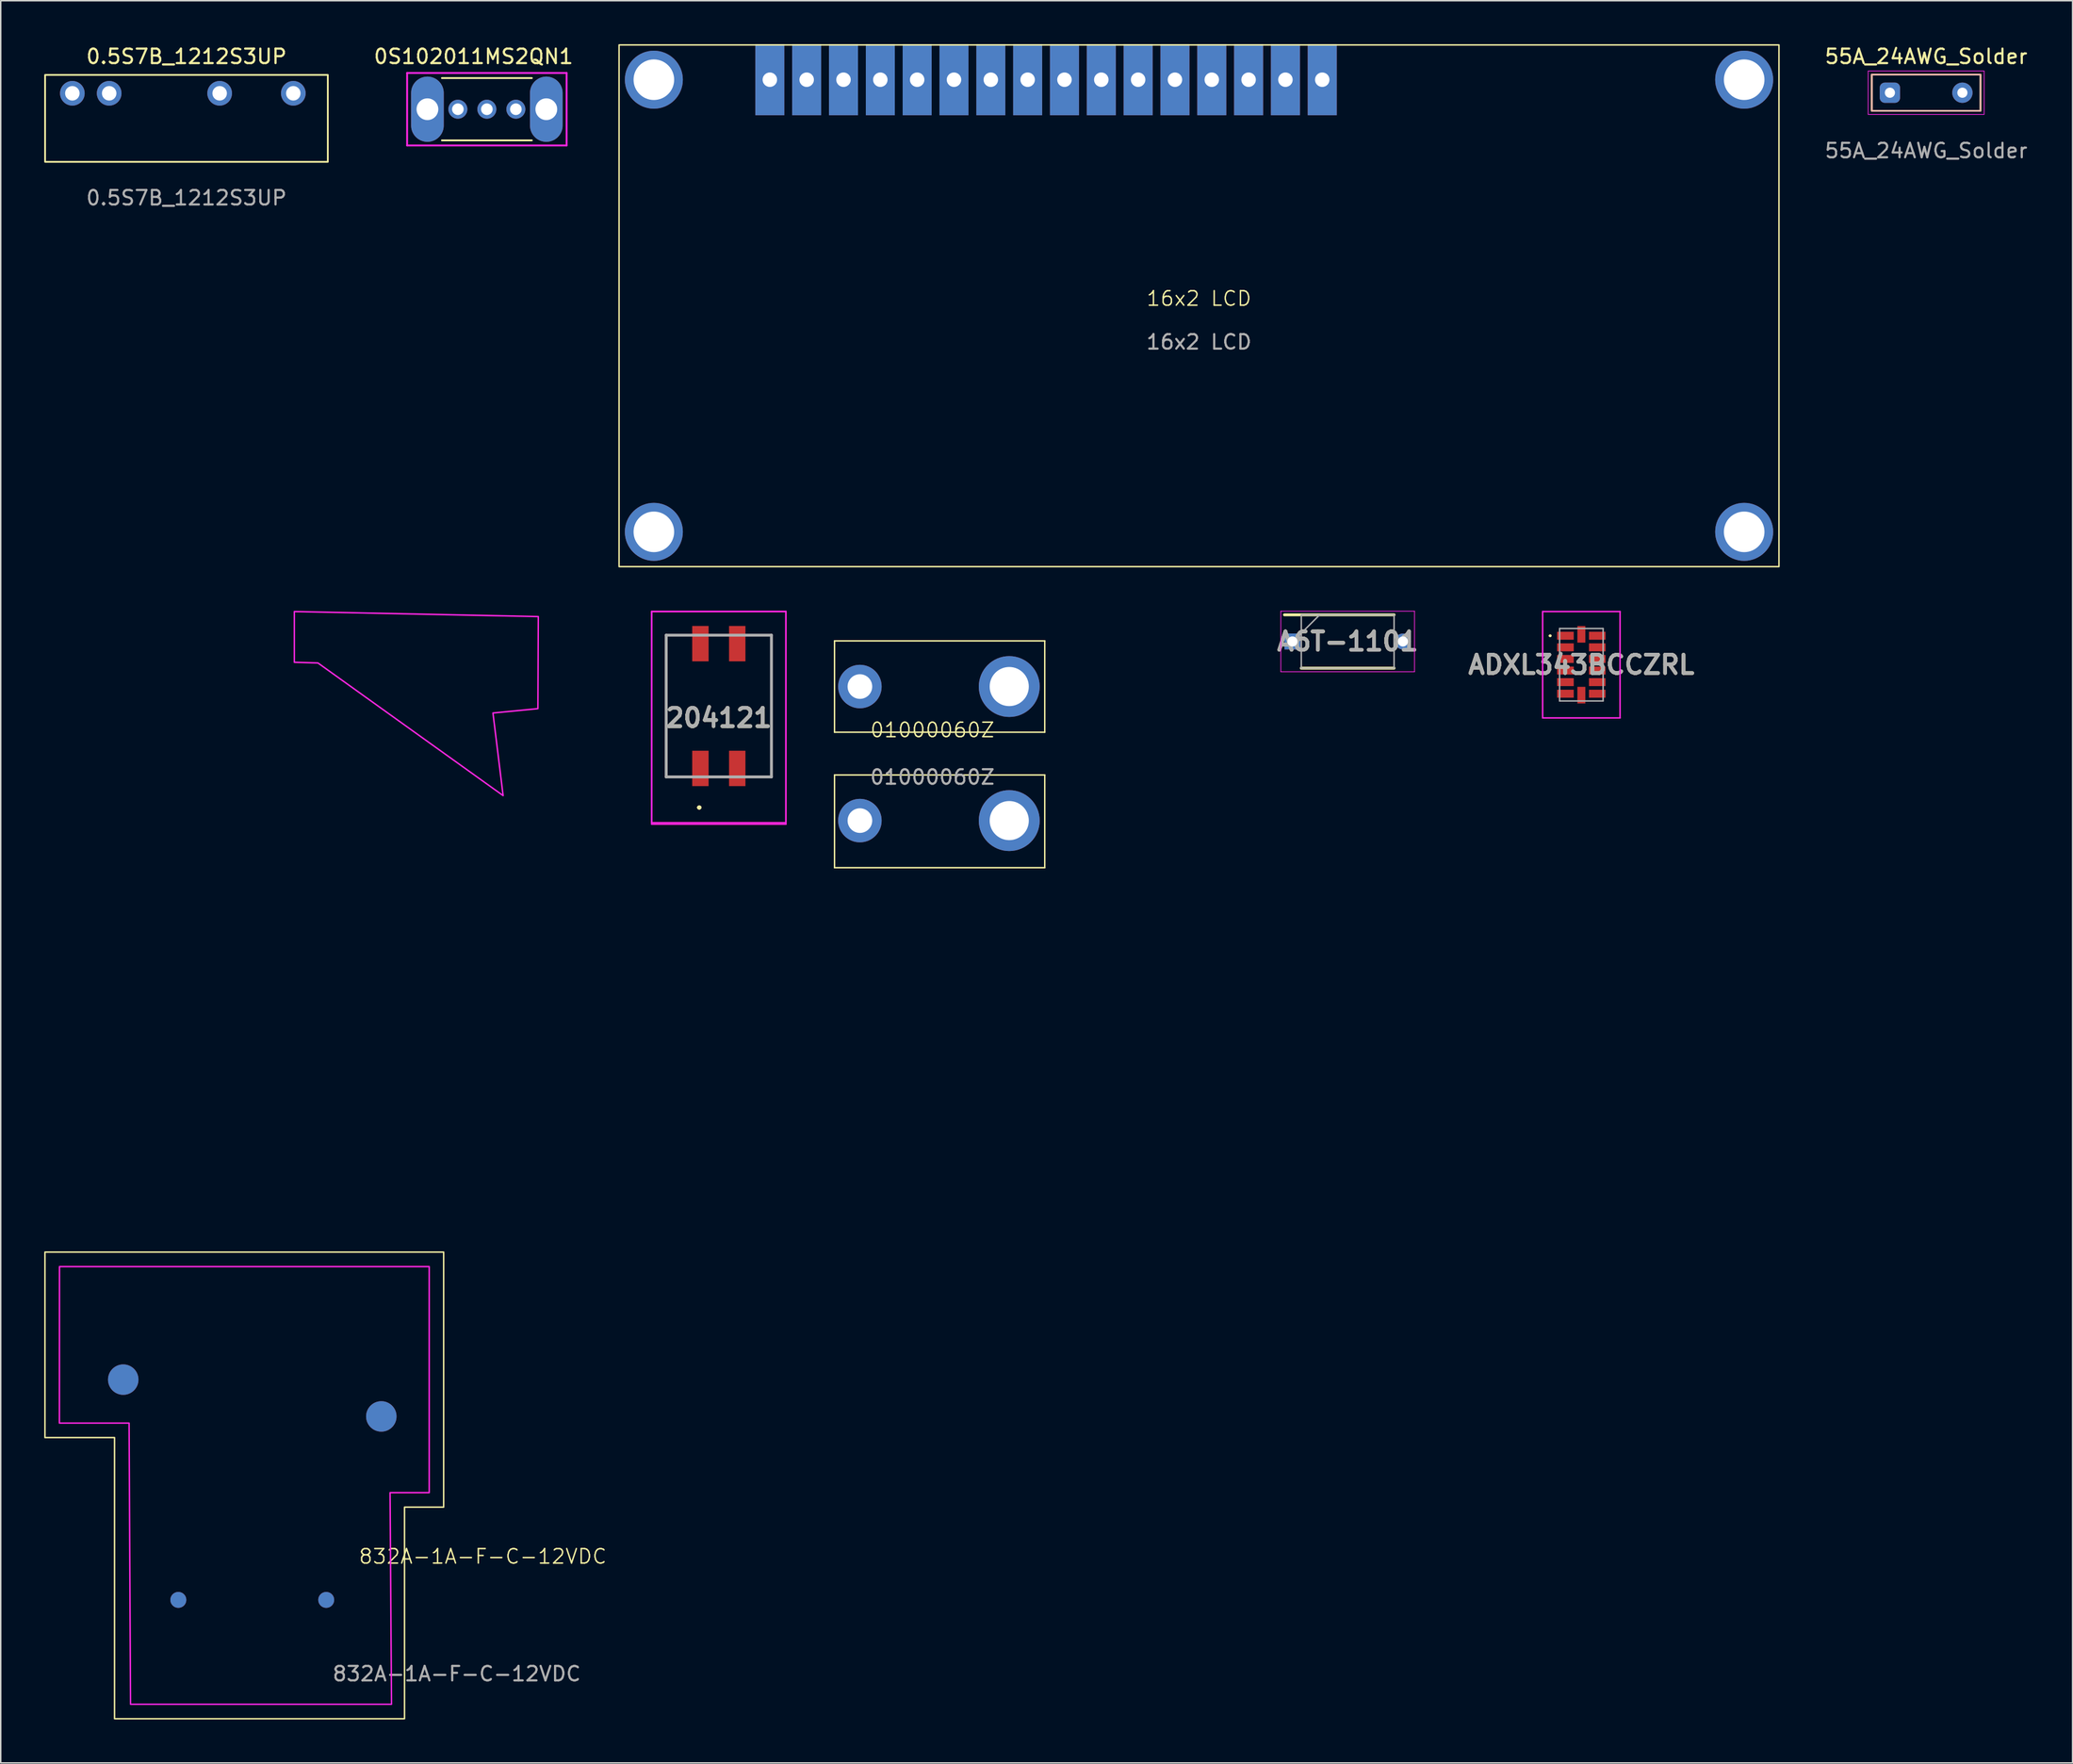
<source format=kicad_pcb>
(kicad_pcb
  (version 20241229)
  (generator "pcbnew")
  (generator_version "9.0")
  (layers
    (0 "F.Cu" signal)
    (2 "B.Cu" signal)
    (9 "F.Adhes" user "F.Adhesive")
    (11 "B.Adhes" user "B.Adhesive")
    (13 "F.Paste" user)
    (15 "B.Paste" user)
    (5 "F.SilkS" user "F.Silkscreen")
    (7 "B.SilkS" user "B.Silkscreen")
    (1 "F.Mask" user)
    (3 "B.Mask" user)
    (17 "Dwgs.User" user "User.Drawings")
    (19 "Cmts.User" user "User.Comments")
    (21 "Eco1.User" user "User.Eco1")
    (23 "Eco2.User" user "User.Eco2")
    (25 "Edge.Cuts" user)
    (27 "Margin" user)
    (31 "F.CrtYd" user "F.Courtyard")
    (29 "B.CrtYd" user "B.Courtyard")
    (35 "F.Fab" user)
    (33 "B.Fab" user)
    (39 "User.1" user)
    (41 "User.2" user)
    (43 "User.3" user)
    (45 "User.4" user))
  (footprint "16x2 LCD"
    (layer "F.Cu")
    (at 79.647 18.05)
    (property "Reference" "16x2 LCD" (at 0 -0.5 0) (unlocked yes) (layer "F.SilkS") (effects (font (size 1 1) (thickness 0.1))))
    (attr through_hole)
    (fp_rect (start -40 -18) (end 40 18) (stroke (width 0.1) (type default)) (fill no) (layer "F.SilkS"))
    (fp_text user "${REFERENCE}" (at 0 2.5 0) (unlocked yes) (layer "F.Fab") (effects (font (size 1 1) (thickness 0.15))))
    (pad "" thru_hole circle (at -37.6 -15.6) (size 4 4) (drill 2.8) (layers "*.Cu" "*.Mask"))
    (pad "" thru_hole circle (at -37.6 15.6) (size 4 4) (drill 2.8) (layers "*.Cu" "*.Mask"))
    (pad "" thru_hole circle (at 37.6 -15.6) (size 4 4) (drill 2.8) (layers "*.Cu" "*.Mask"))
    (pad "" thru_hole circle (at 37.6 15.6) (size 4 4) (drill 2.8) (layers "*.Cu" "*.Mask"))
    (pad "1" thru_hole rect (at -29.6 -15.6) (size 2 4.9) (drill 1) (layers "*.Cu" "*.Mask"))
    (pad "2" thru_hole rect (at -27.06 -15.6) (size 2 4.9) (drill 1) (layers "*.Cu" "*.Mask"))
    (pad "3" thru_hole rect (at -24.52 -15.6) (size 2 4.9) (drill 1) (layers "*.Cu" "*.Mask"))
    (pad "4" thru_hole rect (at -21.98 -15.6) (size 2 4.9) (drill 1) (layers "*.Cu" "*.Mask"))
    (pad "5" thru_hole rect (at -19.44 -15.6) (size 2 4.9) (drill 1) (layers "*.Cu" "*.Mask"))
    (pad "6" thru_hole rect (at -16.9 -15.6) (size 2 4.9) (drill 1) (layers "*.Cu" "*.Mask"))
    (pad "7" thru_hole rect (at -14.36 -15.6) (size 2 4.9) (drill 1) (layers "*.Cu" "*.Mask"))
    (pad "8" thru_hole rect (at -11.82 -15.6) (size 2 4.9) (drill 1) (layers "*.Cu" "*.Mask"))
    (pad "9" thru_hole rect (at -9.28 -15.6) (size 2 4.9) (drill 1) (layers "*.Cu" "*.Mask"))
    (pad "10" thru_hole rect (at -6.74 -15.6) (size 2 4.9) (drill 1) (layers "*.Cu" "*.Mask"))
    (pad "11" thru_hole rect (at -4.2 -15.6) (size 2 4.9) (drill 1) (layers "*.Cu" "*.Mask"))
    (pad "12" thru_hole rect (at -1.66 -15.6) (size 2 4.9) (drill 1) (layers "*.Cu" "*.Mask"))
    (pad "13" thru_hole rect (at 0.88 -15.6) (size 2 4.9) (drill 1) (layers "*.Cu" "*.Mask"))
    (pad "14" thru_hole rect (at 3.42 -15.6) (size 2 4.9) (drill 1) (layers "*.Cu" "*.Mask"))
    (pad "15" thru_hole rect (at 5.96 -15.6) (size 2 4.9) (drill 1) (layers "*.Cu" "*.Mask"))
    (pad "16" thru_hole rect (at 8.5 -15.6) (size 2 4.9) (drill 1) (layers "*.Cu" "*.Mask")))
  (footprint "0S102011MS2QN1"
    (layer "F.Cu")
    (at 26.43 4.487)
    (property "Reference" "0S102011MS2QN1" (at 3.178 -3.638 0) (layer "F.SilkS") (effects (font (size 1.001 1.001) (thickness 0.15))))
    (attr through_hole)
    (fp_line (start 1 -2.15) (end 7.2 -2.15) (stroke (width 0.127) (type solid)) (layer "F.SilkS"))
    (fp_line (start 1 2.15) (end 7.2 2.15) (stroke (width 0.127) (type solid)) (layer "F.SilkS"))
    (fp_line (start -1.4 -2.5) (end 9.6 -2.5) (stroke (width 0.127) (type solid)) (layer "F.CrtYd"))
    (fp_line (start -1.4 2.5) (end -1.4 -2.5) (stroke (width 0.127) (type solid)) (layer "F.CrtYd"))
    (fp_line (start 9.6 -2.5) (end 9.6 2.5) (stroke (width 0.127) (type solid)) (layer "F.CrtYd"))
    (fp_line (start 9.6 2.5) (end -1.4 2.5) (stroke (width 0.127) (type solid)) (layer "F.CrtYd"))
    (pad "1" thru_hole circle (at 2.1 0) (size 1.308 1.308) (drill 0.8) (layers "*.Cu" "*.Mask"))
    (pad "2" thru_hole circle (at 4.1 0) (size 1.308 1.308) (drill 0.8) (layers "*.Cu" "*.Mask"))
    (pad "3" thru_hole circle (at 6.1 0) (size 1.308 1.308) (drill 0.8) (layers "*.Cu" "*.Mask"))
    (pad "4" thru_hole oval (at 0 0) (size 2.25 4.5) (drill 1.5) (layers "*.Cu" "*.Mask"))
    (pad "5" thru_hole oval (at 8.2 0) (size 2.25 4.5) (drill 1.5) (layers "*.Cu" "*.Mask")))
  (footprint "0.5S7B_1212S3UP"
    (layer "F.Cu")
    (at 9.81 3.388)
    (property "Reference" "0.5S7B_1212S3UP" (at 0 -2.54 0) (unlocked yes) (layer "F.SilkS") (effects (font (size 1 1) (thickness 0.15))))
    (attr through_hole)
    (fp_rect (start -9.75 4.73) (end 9.75 -1.27) (stroke (width 0.12) (type solid)) (fill no) (layer "F.SilkS"))
    (fp_text user "${REFERENCE}" (at 0 7.215 0) (unlocked yes) (layer "F.Fab") (effects (font (size 1 1) (thickness 0.15))))
    (pad "1" thru_hole circle (at -7.87 0) (size 1.7 1.7) (drill 1) (layers "*.Cu" "*.Mask"))
    (pad "2" thru_hole circle (at -5.33 0) (size 1.7 1.7) (drill 1) (layers "*.Cu" "*.Mask"))
    (pad "5" thru_hole circle (at 2.29 0) (size 1.7 1.7) (drill 1) (layers "*.Cu" "*.Mask"))
    (pad "7" thru_hole circle (at 7.37 0) (size 1.7 1.7) (drill 1) (layers "*.Cu" "*.Mask")))
  (footprint "A6T-1101"
    (layer "F.Cu")
    (at 89.9 41.215)
    (property "Reference" "A6T-1101" (at 0 0 0) (layer "F.SilkS") (effects (font (size 1.27 1.27) (thickness 0.254))))
    (attr through_hole)
    (fp_line (start -4.36 -1.84) (end 3.2 -1.84) (stroke (width 0.2) (type solid)) (layer "F.SilkS"))
    (fp_line (start -3.2 1.84) (end 3.2 1.84) (stroke (width 0.2) (type solid)) (layer "F.SilkS"))
    (fp_line (start -4.61 -2.09) (end 4.61 -2.09) (stroke (width 0.05) (type solid)) (layer "F.CrtYd"))
    (fp_line (start -4.61 2.09) (end -4.61 -2.09) (stroke (width 0.05) (type solid)) (layer "F.CrtYd"))
    (fp_line (start 4.61 -2.09) (end 4.61 2.09) (stroke (width 0.05) (type solid)) (layer "F.CrtYd"))
    (fp_line (start 4.61 2.09) (end -4.61 2.09) (stroke (width 0.05) (type solid)) (layer "F.CrtYd"))
    (fp_line (start -3.2 -1.84) (end 3.2 -1.84) (stroke (width 0.1) (type solid)) (layer "F.Fab"))
    (fp_line (start -3.2 -0.57) (end -1.93 -1.84) (stroke (width 0.1) (type solid)) (layer "F.Fab"))
    (fp_line (start -3.2 1.84) (end -3.2 -1.84) (stroke (width 0.1) (type solid)) (layer "F.Fab"))
    (fp_line (start 3.2 -1.84) (end 3.2 1.84) (stroke (width 0.1) (type solid)) (layer "F.Fab"))
    (fp_line (start 3.2 1.84) (end -3.2 1.84) (stroke (width 0.1) (type solid)) (layer "F.Fab"))
    (fp_text user "${REFERENCE}" (at 0 0 0) (layer "F.Fab") (effects (font (size 1.27 1.27) (thickness 0.254))))
    (pad "1" thru_hole rect (at -3.81 0) (size 1.1 1.1) (drill 0.7) (layers "*.Cu" "*.Mask"))
    (pad "2" thru_hole circle (at 3.81 0) (size 1.1 1.1) (drill 0.7) (layers "*.Cu" "*.Mask")))
  (footprint "832A-1A-F-C-12VDC"
    (layer "F.Cu")
    (at 27.55 100.95)
    (property "Reference" "832A-1A-F-C-12VDC" (at 2.7 3.4 0) (unlocked yes) (layer "F.SilkS") (effects (font (size 1 1) (thickness 0.1))))
    (attr through_hole)
    (fp_poly (pts (xy 0 0) (xy -2.7 0) (xy -2.7 14.6) (xy -22.7 14.6) (xy -22.7 -4.8) (xy -27.5 -4.8) (xy -27.5 -17.6) (xy 0 -17.6)) (stroke (width 0.1) (type solid)) (fill no) (layer "F.SilkS"))
    (fp_poly (pts (xy -10.3 -61.8) (xy -10.3 -58.3) (xy -8.673 -58.253) (xy 4.1 -49.1) (xy 3.4 -54.8) (xy 6.5 -55.1) (xy 6.527 -61.453)) (stroke (width 0.1) (type solid)) (fill no) (layer "F.CrtYd"))
    (fp_poly (pts (xy -26.497 -16.6) (xy -26.502 -5.8) (xy -21.697 -5.8) (xy -21.597 13.6) (xy -3.597 13.6) (xy -3.697 -1) (xy -0.997 -1) (xy -0.997 -16.6)) (stroke (width 0.1) (type solid)) (fill no) (layer "F.CrtYd"))
    (fp_text user "${REFERENCE}" (at 0.9 11.5 0) (unlocked yes) (layer "F.Fab") (effects (font (size 1 1) (thickness 0.15))))
    (pad "2" thru_hole circle (at -22.1 -8.8) (size 2.1 2.1) (drill 0.000001) (layers "*.Cu" "*.Mask"))
    (pad "3" thru_hole circle (at -4.3 -6.26) (size 2.1 2.1) (drill 0.000001) (layers "*.Cu" "*.Mask"))
    (pad "4" thru_hole circle (at -18.3 6.4) (size 1.1 1.1) (drill 0.000001) (layers "*.Cu" "*.Mask"))
    (pad "5" thru_hole circle (at -8.1 6.4) (size 1.1 1.1) (drill 0.000001) (layers "*.Cu" "*.Mask")))
  (footprint "204121"
    (layer "F.Cu")
    (at 46.528 45.67)
    (property "Reference" "204121" (at 0 0.815 0) (layer "F.SilkS") (effects (font (size 1.27 1.27) (thickness 0.254))))
    (attr smd)
    (fp_line (start -3.63 -4.89) (end -3.63 -4.89) (stroke (width 0.1) (type solid)) (layer "F.SilkS"))
    (fp_line (start -3.63 -4.89) (end -3.63 4.89) (stroke (width 0.1) (type solid)) (layer "F.SilkS"))
    (fp_line (start -3.63 4.89) (end -3.63 -4.89) (stroke (width 0.1) (type solid)) (layer "F.SilkS"))
    (fp_line (start -3.63 4.89) (end -3.63 4.89) (stroke (width 0.1) (type solid)) (layer "F.SilkS"))
    (fp_line (start -1.4 7) (end -1.4 7) (stroke (width 0.2) (type solid)) (layer "F.SilkS"))
    (fp_line (start -1.4 7) (end -1.4 7) (stroke (width 0.2) (type solid)) (layer "F.SilkS"))
    (fp_line (start -1.3 7) (end -1.3 7) (stroke (width 0.2) (type solid)) (layer "F.SilkS"))
    (fp_line (start 3.63 -4.89) (end 3.63 -4.89) (stroke (width 0.1) (type solid)) (layer "F.SilkS"))
    (fp_line (start 3.63 -4.89) (end 3.63 4.89) (stroke (width 0.1) (type solid)) (layer "F.SilkS"))
    (fp_line (start 3.63 4.89) (end 3.63 -4.89) (stroke (width 0.1) (type solid)) (layer "F.SilkS"))
    (fp_line (start 3.63 4.89) (end 3.63 4.89) (stroke (width 0.1) (type solid)) (layer "F.SilkS"))
    (fp_arc (start -1.4 7) (mid -1.35 6.95) (end -1.3 7) (stroke (width 0.2) (type solid)) (layer "F.SilkS"))
    (fp_arc (start -1.3 7) (mid -1.35 7.05) (end -1.4 7) (stroke (width 0.2) (type solid)) (layer "F.SilkS"))
    (fp_arc (start -1.3 7) (mid -1.35 7.05) (end -1.4 7) (stroke (width 0.2) (type solid)) (layer "F.SilkS"))
    (fp_line (start -4.63 -6.52) (end 4.63 -6.52) (stroke (width 0.1) (type solid)) (layer "F.CrtYd"))
    (fp_line (start -4.63 -6.52) (end 4.63 -6.52) (stroke (width 0.1) (type solid)) (layer "F.CrtYd"))
    (fp_line (start -4.63 8.05) (end -4.63 -6.52) (stroke (width 0.1) (type solid)) (layer "F.CrtYd"))
    (fp_line (start -4.63 8.15) (end -4.63 -6.52) (stroke (width 0.1) (type solid)) (layer "F.CrtYd"))
    (fp_line (start 4.63 -6.52) (end 4.63 8.05) (stroke (width 0.1) (type solid)) (layer "F.CrtYd"))
    (fp_line (start 4.63 -6.52) (end 4.63 8.15) (stroke (width 0.1) (type solid)) (layer "F.CrtYd"))
    (fp_line (start 4.63 8.05) (end -4.63 8.05) (stroke (width 0.1) (type solid)) (layer "F.CrtYd"))
    (fp_line (start 4.63 8.15) (end -4.63 8.15) (stroke (width 0.1) (type solid)) (layer "F.CrtYd"))
    (fp_line (start -3.63 -4.89) (end -3.63 4.89) (stroke (width 0.2) (type solid)) (layer "F.Fab"))
    (fp_line (start -3.63 4.89) (end 3.63 4.89) (stroke (width 0.2) (type solid)) (layer "F.Fab"))
    (fp_line (start 3.63 -4.89) (end -3.63 -4.89) (stroke (width 0.2) (type solid)) (layer "F.Fab"))
    (fp_line (start 3.63 4.89) (end 3.63 -4.89) (stroke (width 0.2) (type solid)) (layer "F.Fab"))
    (fp_text user "${REFERENCE}" (at 0 0.815 0) (layer "F.Fab") (effects (font (size 1.27 1.27) (thickness 0.254))))
    (pad "1" smd rect (at -1.27 4.305) (size 1.13 2.44) (layers "F.Cu" "F.Mask" "F.Paste"))
    (pad "2" smd rect (at 1.27 4.305) (size 1.13 2.44) (layers "F.Cu" "F.Mask" "F.Paste"))
    (pad "3" smd rect (at 1.27 -4.305) (size 1.13 2.44) (layers "F.Cu" "F.Mask" "F.Paste"))
    (pad "4" smd rect (at -1.27 -4.305) (size 1.13 2.44) (layers "F.Cu" "F.Mask" "F.Paste")))
  (footprint "55A_24AWG_Solder"
    (layer "F.Cu")
    (at 129.798 3.348)
    (property "Reference" "55A_24AWG_Solder" (at 0 -2.5 0) (unlocked yes) (layer "F.SilkS") (effects (font (size 1 1) (thickness 0.15))))
    (attr through_hole)
    (fp_rect (start -3.75 -1.25) (end 3.75 1.25) (stroke (width 0.12) (type default)) (fill no) (layer "F.SilkS"))
    (fp_rect (start -3.75 -1.25) (end 3.75 1.25) (stroke (width 0.12) (type default)) (fill no) (layer "B.SilkS"))
    (fp_rect (start -4 -1.5) (end 4 1.5) (stroke (width 0.05) (type default)) (fill no) (layer "F.CrtYd"))
    (fp_text user "${REFERENCE}" (at 0 4 0) (unlocked yes) (layer "F.Fab") (effects (font (size 1 1) (thickness 0.15))))
    (pad "1" thru_hole roundrect (at -2.5 0) (size 1.4 1.4) (drill 0.7) (layers "*.Cu" "*.Mask") (roundrect_rratio 0.25))
    (pad "1" thru_hole circle (at 2.5 0) (size 1.4 1.4) (drill 0.7) (layers "*.Cu" "*.Mask")))
  (footprint "01000060Z"
    (layer "F.Cu")
    (at 61.258 49.575)
    (property "Reference" "01000060Z" (at 0 -2.25 0) (unlocked yes) (layer "F.SilkS") (effects (font (size 1 1) (thickness 0.1))))
    (attr through_hole)
    (fp_line (start -6.75 -8.4) (end -6.75 -2.1) (stroke (width 0.1) (type default)) (layer "F.SilkS"))
    (fp_line (start -6.75 -8.4) (end 7.75 -8.4) (stroke (width 0.1) (type default)) (layer "F.SilkS"))
    (fp_line (start -6.75 -2.1) (end 7.75 -2.1) (stroke (width 0.1) (type default)) (layer "F.SilkS"))
    (fp_line (start -6.75 0.85) (end -6.75 7.25) (stroke (width 0.1) (type default)) (layer "F.SilkS"))
    (fp_line (start -6.75 0.85) (end 7.75 0.85) (stroke (width 0.1) (type default)) (layer "F.SilkS"))
    (fp_line (start -6.75 7.25) (end 7.75 7.25) (stroke (width 0.1) (type default)) (layer "F.SilkS"))
    (fp_line (start 7.75 -8.4) (end 7.75 -2.1) (stroke (width 0.1) (type default)) (layer "F.SilkS"))
    (fp_line (start 7.75 0.85) (end 7.75 7.25) (stroke (width 0.1) (type default)) (layer "F.SilkS"))
    (fp_line (start -7 -10.425) (end -7 9) (stroke (width 0.1) (type default)) (layer "Margin"))
    (fp_line (start -7 -10.425) (end 20.5 -10.425) (stroke (width 0.1) (type default)) (layer "Margin"))
    (fp_line (start -7 9) (end 20.5 9) (stroke (width 0.1) (type default)) (layer "Margin"))
    (fp_line (start 20.5 -10.35) (end 20.5 9) (stroke (width 0.1) (type default)) (layer "Margin"))
    (fp_text user "${REFERENCE}" (at 0 1 0) (unlocked yes) (layer "F.Fab") (effects (font (size 1 1) (thickness 0.15))))
    (pad "1" thru_hole circle (at -5 -5.25 90) (size 3 3) (drill 1.7) (layers "*.Cu" "*.Mask"))
    (pad "1" thru_hole circle (at 5.3 -5.25) (size 4.2 4.2) (drill 2.7) (layers "*.Cu" "*.Mask"))
    (pad "2" thru_hole circle (at -5 4 90) (size 3 3) (drill 1.7) (layers "*.Cu" "*.Mask"))
    (pad "2" thru_hole circle (at 5.3 4) (size 4.2 4.2) (drill 2.7) (layers "*.Cu" "*.Mask")))
  (footprint "ADXL343BCCZRL"
    (layer "F.Cu")
    (at 106.017 42.82)
    (property "Reference" "ADXL343BCCZRL" (at 0 0 0) (layer "F.SilkS") (effects (font (size 1.27 1.27) (thickness 0.254))))
    (attr smd)
    (fp_line (start -2.2 -2) (end -2.2 -2) (stroke (width 0.1) (type solid)) (layer "F.SilkS"))
    (fp_line (start -2.1 -2) (end -2.1 -2) (stroke (width 0.1) (type solid)) (layer "F.SilkS"))
    (fp_arc (start -2.2 -2) (mid -2.15 -2.05) (end -2.1 -2) (stroke (width 0.1) (type solid)) (layer "F.SilkS"))
    (fp_arc (start -2.1 -2) (mid -2.15 -1.95) (end -2.2 -2) (stroke (width 0.1) (type solid)) (layer "F.SilkS"))
    (fp_line (start -2.67 -3.67) (end 2.67 -3.67) (stroke (width 0.1) (type solid)) (layer "F.CrtYd"))
    (fp_line (start -2.67 3.67) (end -2.67 -3.67) (stroke (width 0.1) (type solid)) (layer "F.CrtYd"))
    (fp_line (start 2.67 -3.67) (end 2.67 3.67) (stroke (width 0.1) (type solid)) (layer "F.CrtYd"))
    (fp_line (start 2.67 3.67) (end -2.67 3.67) (stroke (width 0.1) (type solid)) (layer "F.CrtYd"))
    (fp_line (start -1.5 -2.5) (end 1.5 -2.5) (stroke (width 0.1) (type solid)) (layer "F.Fab"))
    (fp_line (start -1.5 2.5) (end -1.5 -2.5) (stroke (width 0.1) (type solid)) (layer "F.Fab"))
    (fp_line (start 1.5 -2.5) (end 1.5 2.5) (stroke (width 0.1) (type solid)) (layer "F.Fab"))
    (fp_line (start 1.5 2.5) (end -1.5 2.5) (stroke (width 0.1) (type solid)) (layer "F.Fab"))
    (fp_text user "${REFERENCE}" (at 0 0 0) (layer "F.Fab") (effects (font (size 1.27 1.27) (thickness 0.254))))
    (pad "1" smd rect (at -1.098 -2 90) (size 0.55 1.145) (layers "F.Cu" "F.Mask" "F.Paste"))
    (pad "2" smd rect (at -1.098 -1.2 90) (size 0.55 1.145) (layers "F.Cu" "F.Mask" "F.Paste"))
    (pad "3" smd rect (at -1.098 -0.4 90) (size 0.55 1.145) (layers "F.Cu" "F.Mask" "F.Paste"))
    (pad "4" smd rect (at -1.098 0.4 90) (size 0.55 1.145) (layers "F.Cu" "F.Mask" "F.Paste"))
    (pad "5" smd rect (at -1.098 1.2 90) (size 0.55 1.145) (layers "F.Cu" "F.Mask" "F.Paste"))
    (pad "6" smd rect (at -1.098 2 90) (size 0.55 1.145) (layers "F.Cu" "F.Mask" "F.Paste"))
    (pad "7" smd rect (at 0 2.098) (size 0.55 1.145) (layers "F.Cu" "F.Mask" "F.Paste"))
    (pad "8" smd rect (at 1.098 2 90) (size 0.55 1.145) (layers "F.Cu" "F.Mask" "F.Paste"))
    (pad "9" smd rect (at 1.098 1.2 90) (size 0.55 1.145) (layers "F.Cu" "F.Mask" "F.Paste"))
    (pad "10" smd rect (at 1.098 0.4 90) (size 0.55 1.145) (layers "F.Cu" "F.Mask" "F.Paste"))
    (pad "11" smd rect (at 1.098 -0.4 90) (size 0.55 1.145) (layers "F.Cu" "F.Mask" "F.Paste"))
    (pad "12" smd rect (at 1.098 -1.2 90) (size 0.55 1.145) (layers "F.Cu" "F.Mask" "F.Paste"))
    (pad "13" smd rect (at 1.098 -2 90) (size 0.55 1.145) (layers "F.Cu" "F.Mask" "F.Paste"))
    (pad "14" smd rect (at 0 -2.098) (size 0.55 1.145) (layers "F.Cu" "F.Mask" "F.Paste")))
  (gr_rect
    (start -3 -3)
    (end 139.899 118.6)
    (stroke (width 0.1) (type default))
    (fill no)
    (layer "Edge.Cuts")))
</source>
